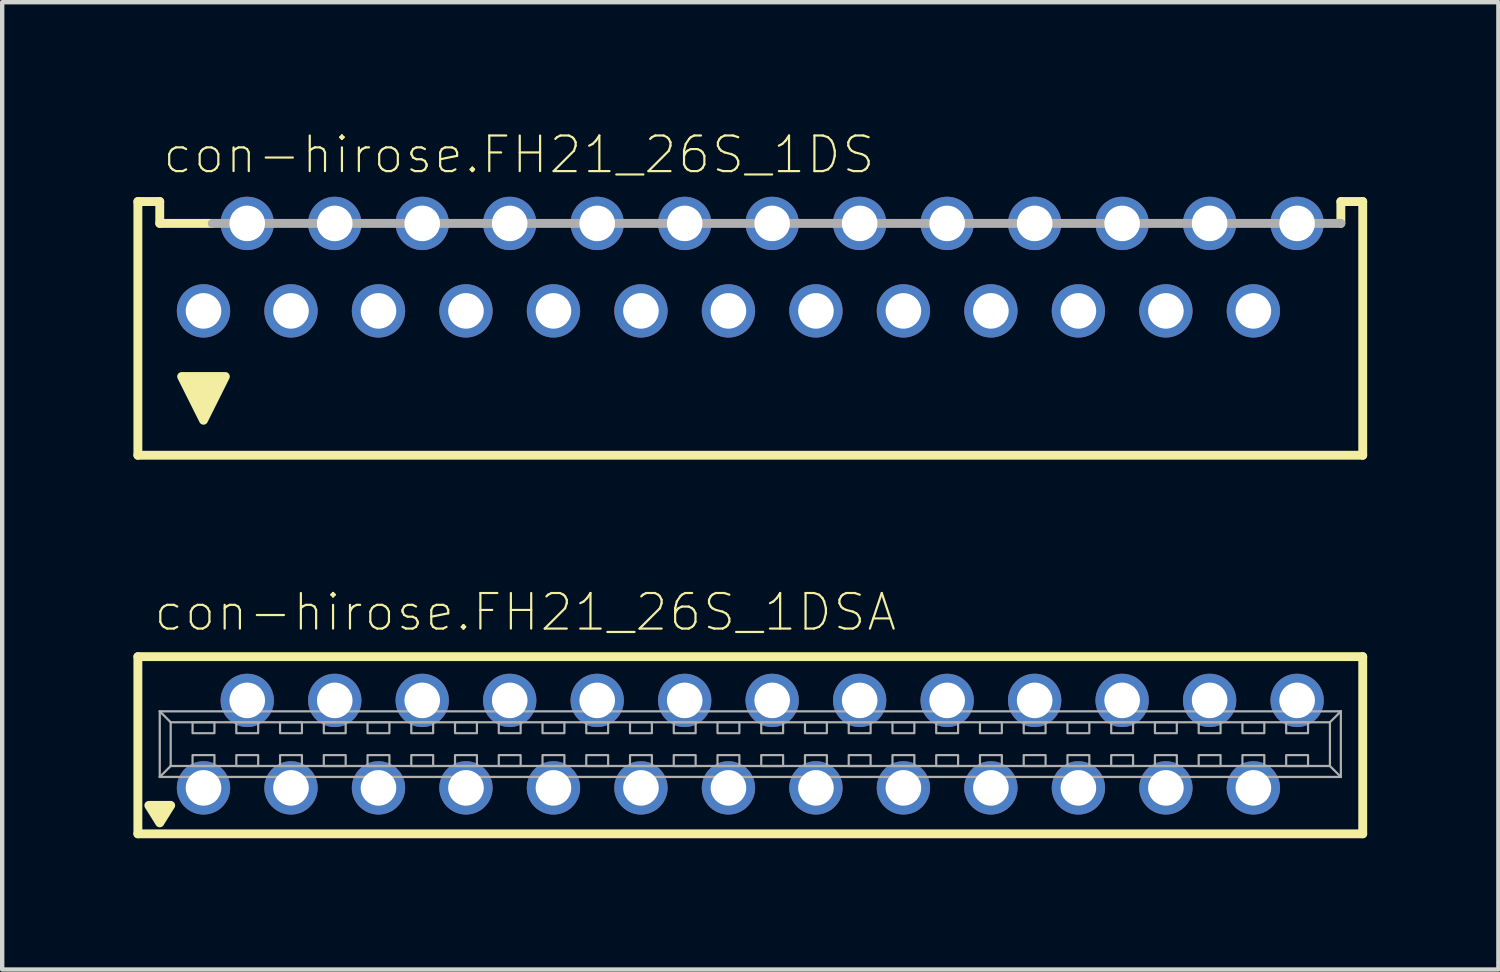
<source format=kicad_pcb>
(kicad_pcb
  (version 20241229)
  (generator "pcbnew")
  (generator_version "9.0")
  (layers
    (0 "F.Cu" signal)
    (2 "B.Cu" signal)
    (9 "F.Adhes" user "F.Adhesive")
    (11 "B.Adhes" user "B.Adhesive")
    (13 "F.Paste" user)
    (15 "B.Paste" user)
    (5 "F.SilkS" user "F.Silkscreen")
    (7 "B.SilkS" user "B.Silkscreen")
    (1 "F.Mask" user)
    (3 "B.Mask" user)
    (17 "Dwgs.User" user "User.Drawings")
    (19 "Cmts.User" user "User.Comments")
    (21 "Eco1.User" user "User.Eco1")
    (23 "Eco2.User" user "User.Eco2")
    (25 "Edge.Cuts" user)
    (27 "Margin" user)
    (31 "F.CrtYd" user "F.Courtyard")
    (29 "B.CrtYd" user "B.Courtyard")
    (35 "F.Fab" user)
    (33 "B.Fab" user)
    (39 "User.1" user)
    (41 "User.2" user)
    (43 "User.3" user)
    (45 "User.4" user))
  (footprint "con-hirose.FH21_26S_1DSA"
    (layer "F.Cu")
    (at 14.102 13.961)
    (property "Reference" "con-hirose.FH21_26S_1DSA" (at -13.675 -2.54 0) (layer "F.SilkS") (effects (font (size 0.813 0.813) (thickness 0.05)) (justify left bottom)))
    (attr through_hole)
    (fp_line (start -14 -2) (end -14 2.05) (stroke (width 0.203) (type default)) (layer "F.SilkS"))
    (fp_line (start -14 2.05) (end 14 2.05) (stroke (width 0.203) (type default)) (layer "F.SilkS"))
    (fp_line (start 14 -2) (end -14 -2) (stroke (width 0.203) (type default)) (layer "F.SilkS"))
    (fp_line (start 14 -2) (end 14 2.05) (stroke (width 0.203) (type default)) (layer "F.SilkS"))
    (fp_poly (pts (xy -13.5 1.8) (xy -13.75 1.4) (xy -13.25 1.4)) (stroke (width 0.203) (type default)) (fill yes) (layer "F.SilkS"))
    (fp_line (start -13.5 -0.75) (end 13.5 -0.75) (stroke (width 0.051) (type default)) (layer "F.Fab"))
    (fp_line (start -13.5 0.75) (end -13.5 -0.75) (stroke (width 0.051) (type default)) (layer "F.Fab"))
    (fp_line (start -13.25 -0.5) (end -13.5 -0.75) (stroke (width 0.051) (type default)) (layer "F.Fab"))
    (fp_line (start -13.25 -0.5) (end 13.25 -0.5) (stroke (width 0.051) (type default)) (layer "F.Fab"))
    (fp_line (start -13.25 0.5) (end -13.5 0.75) (stroke (width 0.051) (type default)) (layer "F.Fab"))
    (fp_line (start -13.25 0.5) (end -13.25 -0.5) (stroke (width 0.051) (type default)) (layer "F.Fab"))
    (fp_line (start 13.25 -0.5) (end 13.25 0.5) (stroke (width 0.051) (type default)) (layer "F.Fab"))
    (fp_line (start 13.25 -0.5) (end 13.5 -0.75) (stroke (width 0.051) (type default)) (layer "F.Fab"))
    (fp_line (start 13.25 0.5) (end -13.25 0.5) (stroke (width 0.051) (type default)) (layer "F.Fab"))
    (fp_line (start 13.25 0.5) (end 13.5 0.75) (stroke (width 0.051) (type default)) (layer "F.Fab"))
    (fp_line (start 13.5 -0.75) (end 13.5 0.75) (stroke (width 0.051) (type default)) (layer "F.Fab"))
    (fp_line (start 13.5 0.75) (end -13.5 0.75) (stroke (width 0.051) (type default)) (layer "F.Fab"))
    (fp_rect (start -12.75 -0.25) (end -12.25 -0.5) (stroke (width 0.05) (type default)) (fill no) (layer "F.Fab"))
    (fp_rect (start -12.75 0.5) (end -12.25 0.25) (stroke (width 0.05) (type default)) (fill no) (layer "F.Fab"))
    (fp_rect (start -11.75 -0.25) (end -11.25 -0.5) (stroke (width 0.05) (type default)) (fill no) (layer "F.Fab"))
    (fp_rect (start -11.75 0.5) (end -11.25 0.25) (stroke (width 0.05) (type default)) (fill no) (layer "F.Fab"))
    (fp_rect (start -10.75 -0.25) (end -10.25 -0.5) (stroke (width 0.05) (type default)) (fill no) (layer "F.Fab"))
    (fp_rect (start -10.75 0.5) (end -10.25 0.25) (stroke (width 0.05) (type default)) (fill no) (layer "F.Fab"))
    (fp_rect (start -9.75 -0.25) (end -9.25 -0.5) (stroke (width 0.05) (type default)) (fill no) (layer "F.Fab"))
    (fp_rect (start -9.75 0.5) (end -9.25 0.25) (stroke (width 0.05) (type default)) (fill no) (layer "F.Fab"))
    (fp_rect (start -8.75 -0.25) (end -8.25 -0.5) (stroke (width 0.05) (type default)) (fill no) (layer "F.Fab"))
    (fp_rect (start -8.75 0.5) (end -8.25 0.25) (stroke (width 0.05) (type default)) (fill no) (layer "F.Fab"))
    (fp_rect (start -7.75 -0.25) (end -7.25 -0.5) (stroke (width 0.05) (type default)) (fill no) (layer "F.Fab"))
    (fp_rect (start -7.75 0.5) (end -7.25 0.25) (stroke (width 0.05) (type default)) (fill no) (layer "F.Fab"))
    (fp_rect (start -6.75 -0.25) (end -6.25 -0.5) (stroke (width 0.05) (type default)) (fill no) (layer "F.Fab"))
    (fp_rect (start -6.75 0.5) (end -6.25 0.25) (stroke (width 0.05) (type default)) (fill no) (layer "F.Fab"))
    (fp_rect (start -5.75 -0.25) (end -5.25 -0.5) (stroke (width 0.05) (type default)) (fill no) (layer "F.Fab"))
    (fp_rect (start -5.75 0.5) (end -5.25 0.25) (stroke (width 0.05) (type default)) (fill no) (layer "F.Fab"))
    (fp_rect (start -4.75 -0.25) (end -4.25 -0.5) (stroke (width 0.05) (type default)) (fill no) (layer "F.Fab"))
    (fp_rect (start -4.75 0.5) (end -4.25 0.25) (stroke (width 0.05) (type default)) (fill no) (layer "F.Fab"))
    (fp_rect (start -3.75 -0.25) (end -3.25 -0.5) (stroke (width 0.05) (type default)) (fill no) (layer "F.Fab"))
    (fp_rect (start -3.75 0.5) (end -3.25 0.25) (stroke (width 0.05) (type default)) (fill no) (layer "F.Fab"))
    (fp_rect (start -2.75 -0.25) (end -2.25 -0.5) (stroke (width 0.05) (type default)) (fill no) (layer "F.Fab"))
    (fp_rect (start -2.75 0.5) (end -2.25 0.25) (stroke (width 0.05) (type default)) (fill no) (layer "F.Fab"))
    (fp_rect (start -1.75 -0.25) (end -1.25 -0.5) (stroke (width 0.05) (type default)) (fill no) (layer "F.Fab"))
    (fp_rect (start -1.75 0.5) (end -1.25 0.25) (stroke (width 0.05) (type default)) (fill no) (layer "F.Fab"))
    (fp_rect (start -0.75 -0.25) (end -0.25 -0.5) (stroke (width 0.05) (type default)) (fill no) (layer "F.Fab"))
    (fp_rect (start -0.75 0.5) (end -0.25 0.25) (stroke (width 0.05) (type default)) (fill no) (layer "F.Fab"))
    (fp_rect (start 0.25 -0.25) (end 0.75 -0.5) (stroke (width 0.05) (type default)) (fill no) (layer "F.Fab"))
    (fp_rect (start 0.25 0.5) (end 0.75 0.25) (stroke (width 0.05) (type default)) (fill no) (layer "F.Fab"))
    (fp_rect (start 1.25 -0.25) (end 1.75 -0.5) (stroke (width 0.05) (type default)) (fill no) (layer "F.Fab"))
    (fp_rect (start 1.25 0.5) (end 1.75 0.25) (stroke (width 0.05) (type default)) (fill no) (layer "F.Fab"))
    (fp_rect (start 2.25 -0.25) (end 2.75 -0.5) (stroke (width 0.05) (type default)) (fill no) (layer "F.Fab"))
    (fp_rect (start 2.25 0.5) (end 2.75 0.25) (stroke (width 0.05) (type default)) (fill no) (layer "F.Fab"))
    (fp_rect (start 3.25 -0.25) (end 3.75 -0.5) (stroke (width 0.05) (type default)) (fill no) (layer "F.Fab"))
    (fp_rect (start 3.25 0.5) (end 3.75 0.25) (stroke (width 0.05) (type default)) (fill no) (layer "F.Fab"))
    (fp_rect (start 4.25 -0.25) (end 4.75 -0.5) (stroke (width 0.05) (type default)) (fill no) (layer "F.Fab"))
    (fp_rect (start 4.25 0.5) (end 4.75 0.25) (stroke (width 0.05) (type default)) (fill no) (layer "F.Fab"))
    (fp_rect (start 5.25 -0.25) (end 5.75 -0.5) (stroke (width 0.05) (type default)) (fill no) (layer "F.Fab"))
    (fp_rect (start 5.25 0.5) (end 5.75 0.25) (stroke (width 0.05) (type default)) (fill no) (layer "F.Fab"))
    (fp_rect (start 6.25 -0.25) (end 6.75 -0.5) (stroke (width 0.05) (type default)) (fill no) (layer "F.Fab"))
    (fp_rect (start 6.25 0.5) (end 6.75 0.25) (stroke (width 0.05) (type default)) (fill no) (layer "F.Fab"))
    (fp_rect (start 7.25 -0.25) (end 7.75 -0.5) (stroke (width 0.05) (type default)) (fill no) (layer "F.Fab"))
    (fp_rect (start 7.25 0.5) (end 7.75 0.25) (stroke (width 0.05) (type default)) (fill no) (layer "F.Fab"))
    (fp_rect (start 8.25 -0.25) (end 8.75 -0.5) (stroke (width 0.05) (type default)) (fill no) (layer "F.Fab"))
    (fp_rect (start 8.25 0.5) (end 8.75 0.25) (stroke (width 0.05) (type default)) (fill no) (layer "F.Fab"))
    (fp_rect (start 9.25 -0.25) (end 9.75 -0.5) (stroke (width 0.05) (type default)) (fill no) (layer "F.Fab"))
    (fp_rect (start 9.25 0.5) (end 9.75 0.25) (stroke (width 0.05) (type default)) (fill no) (layer "F.Fab"))
    (fp_rect (start 10.25 -0.25) (end 10.75 -0.5) (stroke (width 0.05) (type default)) (fill no) (layer "F.Fab"))
    (fp_rect (start 10.25 0.5) (end 10.75 0.25) (stroke (width 0.05) (type default)) (fill no) (layer "F.Fab"))
    (fp_rect (start 11.25 -0.25) (end 11.75 -0.5) (stroke (width 0.05) (type default)) (fill no) (layer "F.Fab"))
    (fp_rect (start 11.25 0.5) (end 11.75 0.25) (stroke (width 0.05) (type default)) (fill no) (layer "F.Fab"))
    (fp_rect (start 12.25 -0.25) (end 12.75 -0.5) (stroke (width 0.05) (type default)) (fill no) (layer "F.Fab"))
    (fp_rect (start 12.25 0.5) (end 12.75 0.25) (stroke (width 0.05) (type default)) (fill no) (layer "F.Fab"))
    (pad "1" thru_hole circle (at -12.5 1) (size 1.219 1.219) (drill 0.813) (layers "*.Cu" "*.Mask"))
    (pad "2" thru_hole circle (at -11.5 -1) (size 1.219 1.219) (drill 0.813) (layers "*.Cu" "*.Mask"))
    (pad "3" thru_hole circle (at -10.5 1) (size 1.219 1.219) (drill 0.813) (layers "*.Cu" "*.Mask"))
    (pad "4" thru_hole circle (at -9.5 -1) (size 1.219 1.219) (drill 0.813) (layers "*.Cu" "*.Mask"))
    (pad "5" thru_hole circle (at -8.5 1) (size 1.219 1.219) (drill 0.813) (layers "*.Cu" "*.Mask"))
    (pad "6" thru_hole circle (at -7.5 -1) (size 1.219 1.219) (drill 0.813) (layers "*.Cu" "*.Mask"))
    (pad "7" thru_hole circle (at -6.5 1) (size 1.219 1.219) (drill 0.813) (layers "*.Cu" "*.Mask"))
    (pad "8" thru_hole circle (at -5.5 -1) (size 1.219 1.219) (drill 0.813) (layers "*.Cu" "*.Mask"))
    (pad "9" thru_hole circle (at -4.5 1) (size 1.219 1.219) (drill 0.813) (layers "*.Cu" "*.Mask"))
    (pad "10" thru_hole circle (at -3.5 -1) (size 1.219 1.219) (drill 0.813) (layers "*.Cu" "*.Mask"))
    (pad "11" thru_hole circle (at -2.5 1) (size 1.219 1.219) (drill 0.813) (layers "*.Cu" "*.Mask"))
    (pad "12" thru_hole circle (at -1.5 -1) (size 1.219 1.219) (drill 0.813) (layers "*.Cu" "*.Mask"))
    (pad "13" thru_hole circle (at -0.5 1) (size 1.219 1.219) (drill 0.813) (layers "*.Cu" "*.Mask"))
    (pad "14" thru_hole circle (at 0.5 -1) (size 1.219 1.219) (drill 0.813) (layers "*.Cu" "*.Mask"))
    (pad "15" thru_hole circle (at 1.5 1) (size 1.219 1.219) (drill 0.813) (layers "*.Cu" "*.Mask"))
    (pad "16" thru_hole circle (at 2.5 -1) (size 1.219 1.219) (drill 0.813) (layers "*.Cu" "*.Mask"))
    (pad "17" thru_hole circle (at 3.5 1) (size 1.219 1.219) (drill 0.813) (layers "*.Cu" "*.Mask"))
    (pad "18" thru_hole circle (at 4.5 -1) (size 1.219 1.219) (drill 0.813) (layers "*.Cu" "*.Mask"))
    (pad "19" thru_hole circle (at 5.5 1) (size 1.219 1.219) (drill 0.813) (layers "*.Cu" "*.Mask"))
    (pad "20" thru_hole circle (at 6.5 -1) (size 1.219 1.219) (drill 0.813) (layers "*.Cu" "*.Mask"))
    (pad "21" thru_hole circle (at 7.5 1) (size 1.219 1.219) (drill 0.813) (layers "*.Cu" "*.Mask"))
    (pad "22" thru_hole circle (at 8.5 -1) (size 1.219 1.219) (drill 0.813) (layers "*.Cu" "*.Mask"))
    (pad "23" thru_hole circle (at 9.5 1) (size 1.219 1.219) (drill 0.813) (layers "*.Cu" "*.Mask"))
    (pad "24" thru_hole circle (at 10.5 -1) (size 1.219 1.219) (drill 0.813) (layers "*.Cu" "*.Mask"))
    (pad "25" thru_hole circle (at 11.5 1) (size 1.219 1.219) (drill 0.813) (layers "*.Cu" "*.Mask"))
    (pad "26" thru_hole circle (at 12.5 -1) (size 1.219 1.219) (drill 0.813) (layers "*.Cu" "*.Mask")))
  (footprint "con-hirose.FH21_26S_1DS"
    (layer "F.Cu")
    (at 14.102 4.057)
    (property "Reference" "con-hirose.FH21_26S_1DS" (at -13.472 -3.094 0) (layer "F.SilkS") (effects (font (size 0.813 0.813) (thickness 0.05)) (justify left bottom)))
    (attr through_hole)
    (fp_line (start -14 -2.5) (end -14 3.3) (stroke (width 0.203) (type default)) (layer "F.SilkS"))
    (fp_line (start -14 3.3) (end 14 3.3) (stroke (width 0.203) (type default)) (layer "F.SilkS"))
    (fp_line (start -13.5 -2.5) (end -14 -2.5) (stroke (width 0.203) (type default)) (layer "F.SilkS"))
    (fp_line (start -13.5 -2) (end -13.5 -2.5) (stroke (width 0.203) (type default)) (layer "F.SilkS"))
    (fp_line (start -13.5 -2) (end -12.3 -2) (stroke (width 0.203) (type default)) (layer "F.SilkS"))
    (fp_line (start 13.5 -2.5) (end 14 -2.5) (stroke (width 0.203) (type default)) (layer "F.SilkS"))
    (fp_line (start 13.5 -2) (end 13.5 -2.5) (stroke (width 0.203) (type default)) (layer "F.SilkS"))
    (fp_line (start 14 -2.5) (end 14 3.3) (stroke (width 0.203) (type default)) (layer "F.SilkS"))
    (fp_poly (pts (xy -12.5 2.5) (xy -13 1.5) (xy -12 1.5)) (stroke (width 0.203) (type default)) (fill yes) (layer "F.SilkS"))
    (fp_line (start -12.3 -2) (end 13.5 -2) (stroke (width 0.203) (type default)) (layer "F.Fab"))
    (pad "1" thru_hole circle (at -12.5 0) (size 1.219 1.219) (drill 0.813) (layers "*.Cu" "*.Mask"))
    (pad "2" thru_hole circle (at -11.5 -2) (size 1.219 1.219) (drill 0.813) (layers "*.Cu" "*.Mask"))
    (pad "3" thru_hole circle (at -10.5 0) (size 1.219 1.219) (drill 0.813) (layers "*.Cu" "*.Mask"))
    (pad "4" thru_hole circle (at -9.5 -2) (size 1.219 1.219) (drill 0.813) (layers "*.Cu" "*.Mask"))
    (pad "5" thru_hole circle (at -8.5 0) (size 1.219 1.219) (drill 0.813) (layers "*.Cu" "*.Mask"))
    (pad "6" thru_hole circle (at -7.5 -2) (size 1.219 1.219) (drill 0.813) (layers "*.Cu" "*.Mask"))
    (pad "7" thru_hole circle (at -6.5 0) (size 1.219 1.219) (drill 0.813) (layers "*.Cu" "*.Mask"))
    (pad "8" thru_hole circle (at -5.5 -2) (size 1.219 1.219) (drill 0.813) (layers "*.Cu" "*.Mask"))
    (pad "9" thru_hole circle (at -4.5 0) (size 1.219 1.219) (drill 0.813) (layers "*.Cu" "*.Mask"))
    (pad "10" thru_hole circle (at -3.5 -2) (size 1.219 1.219) (drill 0.813) (layers "*.Cu" "*.Mask"))
    (pad "11" thru_hole circle (at -2.5 0) (size 1.219 1.219) (drill 0.813) (layers "*.Cu" "*.Mask"))
    (pad "12" thru_hole circle (at -1.5 -2) (size 1.219 1.219) (drill 0.813) (layers "*.Cu" "*.Mask"))
    (pad "13" thru_hole circle (at -0.5 0) (size 1.219 1.219) (drill 0.813) (layers "*.Cu" "*.Mask"))
    (pad "14" thru_hole circle (at 0.5 -2) (size 1.219 1.219) (drill 0.813) (layers "*.Cu" "*.Mask"))
    (pad "15" thru_hole circle (at 1.5 0) (size 1.219 1.219) (drill 0.813) (layers "*.Cu" "*.Mask"))
    (pad "16" thru_hole circle (at 2.5 -2) (size 1.219 1.219) (drill 0.813) (layers "*.Cu" "*.Mask"))
    (pad "17" thru_hole circle (at 3.5 0) (size 1.219 1.219) (drill 0.813) (layers "*.Cu" "*.Mask"))
    (pad "18" thru_hole circle (at 4.5 -2) (size 1.219 1.219) (drill 0.813) (layers "*.Cu" "*.Mask"))
    (pad "19" thru_hole circle (at 5.5 0) (size 1.219 1.219) (drill 0.813) (layers "*.Cu" "*.Mask"))
    (pad "20" thru_hole circle (at 6.5 -2) (size 1.219 1.219) (drill 0.813) (layers "*.Cu" "*.Mask"))
    (pad "21" thru_hole circle (at 7.5 0) (size 1.219 1.219) (drill 0.813) (layers "*.Cu" "*.Mask"))
    (pad "22" thru_hole circle (at 8.5 -2) (size 1.219 1.219) (drill 0.813) (layers "*.Cu" "*.Mask"))
    (pad "23" thru_hole circle (at 9.5 0) (size 1.219 1.219) (drill 0.813) (layers "*.Cu" "*.Mask"))
    (pad "24" thru_hole circle (at 10.5 -2) (size 1.219 1.219) (drill 0.813) (layers "*.Cu" "*.Mask"))
    (pad "25" thru_hole circle (at 11.5 0) (size 1.219 1.219) (drill 0.813) (layers "*.Cu" "*.Mask"))
    (pad "26" thru_hole circle (at 12.5 -2) (size 1.219 1.219) (drill 0.813) (layers "*.Cu" "*.Mask")))
  (gr_rect
    (start -3 -3)
    (end 31.203 19.113)
    (stroke (width 0.1) (type default))
    (fill no)
    (layer "Edge.Cuts")))
</source>
